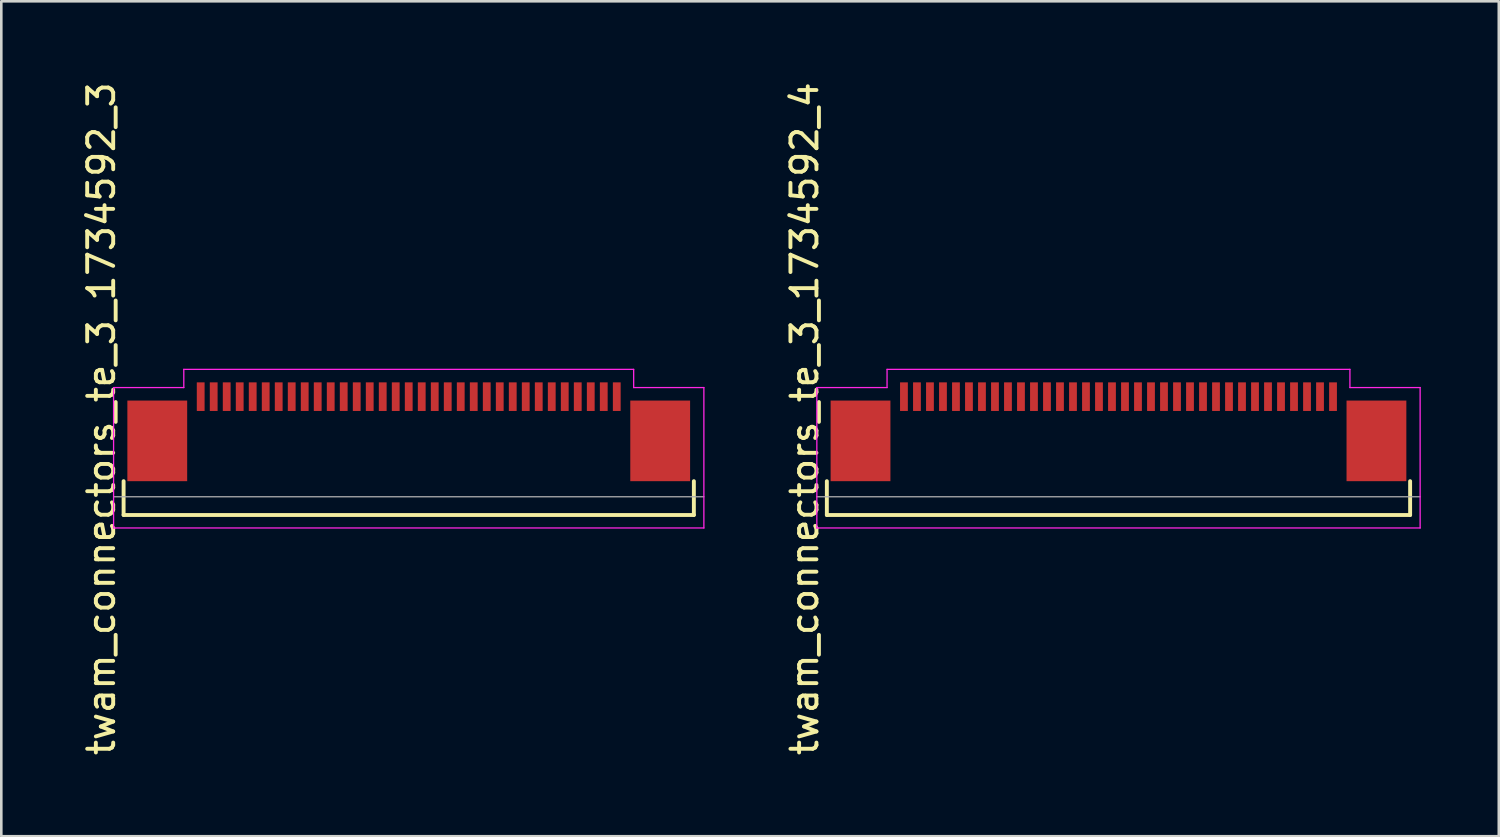
<source format=kicad_pcb>
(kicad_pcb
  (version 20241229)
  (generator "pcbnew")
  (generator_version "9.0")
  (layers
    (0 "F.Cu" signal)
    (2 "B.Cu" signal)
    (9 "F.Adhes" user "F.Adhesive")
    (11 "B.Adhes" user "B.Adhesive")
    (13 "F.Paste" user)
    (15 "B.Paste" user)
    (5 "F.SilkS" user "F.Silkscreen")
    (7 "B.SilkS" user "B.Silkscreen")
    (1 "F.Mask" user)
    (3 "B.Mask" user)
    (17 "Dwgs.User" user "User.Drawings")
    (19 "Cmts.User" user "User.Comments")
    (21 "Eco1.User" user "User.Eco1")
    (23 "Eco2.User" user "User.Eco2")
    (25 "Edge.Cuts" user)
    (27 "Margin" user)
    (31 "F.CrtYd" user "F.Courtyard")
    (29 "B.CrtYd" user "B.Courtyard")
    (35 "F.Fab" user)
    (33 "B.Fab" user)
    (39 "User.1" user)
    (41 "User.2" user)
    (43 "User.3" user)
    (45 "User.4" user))
  (footprint "twam_connectors_te_3_1734592_3"
    (layer "F.Cu")
    (at 12.668 13.054)
    (property "Reference" "twam_connectors_te_3_1734592_3" (at -11.82 0 270) (layer "F.SilkS") (effects (font (size 1 1) (thickness 0.15))))
    (attr smd)
    (fp_line (start -10.965 2.4) (end -10.965 3.7) (stroke (width 0.15) (type solid)) (layer "F.SilkS"))
    (fp_line (start -10.965 3.7) (end 10.965 3.7) (stroke (width 0.15) (type solid)) (layer "F.SilkS"))
    (fp_line (start 10.965 2.4) (end 10.965 3.7) (stroke (width 0.15) (type solid)) (layer "F.SilkS"))
    (fp_line (start -11.35 -1.2) (end -11.35 4.2) (stroke (width 0.05) (type solid)) (layer "F.CrtYd"))
    (fp_line (start -11.35 -1.2) (end -8.65 -1.2) (stroke (width 0.05) (type solid)) (layer "F.CrtYd"))
    (fp_line (start -11.35 4.2) (end 11.35 4.2) (stroke (width 0.05) (type solid)) (layer "F.CrtYd"))
    (fp_line (start -8.65 -1.9) (end -8.65 -1.2) (stroke (width 0.05) (type solid)) (layer "F.CrtYd"))
    (fp_line (start -8.65 -1.9) (end 8.65 -1.9) (stroke (width 0.05) (type solid)) (layer "F.CrtYd"))
    (fp_line (start 8.65 -1.9) (end 8.65 -1.2) (stroke (width 0.05) (type solid)) (layer "F.CrtYd"))
    (fp_line (start 8.65 -1.2) (end 11.35 -1.2) (stroke (width 0.05) (type solid)) (layer "F.CrtYd"))
    (fp_line (start 11.35 -1.2) (end 11.35 4.2) (stroke (width 0.05) (type solid)) (layer "F.CrtYd"))
    (fp_line (start -11.35 3) (end 11.35 3) (stroke (width 0.05) (type solid)) (layer "F.Fab"))
    (pad "1" smd rect (at -8 -0.85) (size 0.3 1.1) (layers "F.Cu" "F.Mask" "F.Paste"))
    (pad "2" smd rect (at -7.5 -0.85) (size 0.3 1.1) (layers "F.Cu" "F.Mask" "F.Paste"))
    (pad "3" smd rect (at -7 -0.85) (size 0.3 1.1) (layers "F.Cu" "F.Mask" "F.Paste"))
    (pad "4" smd rect (at -6.5 -0.85) (size 0.3 1.1) (layers "F.Cu" "F.Mask" "F.Paste"))
    (pad "5" smd rect (at -6 -0.85) (size 0.3 1.1) (layers "F.Cu" "F.Mask" "F.Paste"))
    (pad "6" smd rect (at -5.5 -0.85) (size 0.3 1.1) (layers "F.Cu" "F.Mask" "F.Paste"))
    (pad "7" smd rect (at -5 -0.85) (size 0.3 1.1) (layers "F.Cu" "F.Mask" "F.Paste"))
    (pad "8" smd rect (at -4.5 -0.85) (size 0.3 1.1) (layers "F.Cu" "F.Mask" "F.Paste"))
    (pad "9" smd rect (at -4 -0.85) (size 0.3 1.1) (layers "F.Cu" "F.Mask" "F.Paste"))
    (pad "10" smd rect (at -3.5 -0.85) (size 0.3 1.1) (layers "F.Cu" "F.Mask" "F.Paste"))
    (pad "11" smd rect (at -3 -0.85) (size 0.3 1.1) (layers "F.Cu" "F.Mask" "F.Paste"))
    (pad "12" smd rect (at -2.5 -0.85) (size 0.3 1.1) (layers "F.Cu" "F.Mask" "F.Paste"))
    (pad "13" smd rect (at -2 -0.85) (size 0.3 1.1) (layers "F.Cu" "F.Mask" "F.Paste"))
    (pad "14" smd rect (at -1.5 -0.85) (size 0.3 1.1) (layers "F.Cu" "F.Mask" "F.Paste"))
    (pad "15" smd rect (at -1 -0.85) (size 0.3 1.1) (layers "F.Cu" "F.Mask" "F.Paste"))
    (pad "16" smd rect (at -0.5 -0.85) (size 0.3 1.1) (layers "F.Cu" "F.Mask" "F.Paste"))
    (pad "17" smd rect (at 0 -0.85) (size 0.3 1.1) (layers "F.Cu" "F.Mask" "F.Paste"))
    (pad "18" smd rect (at 0.5 -0.85) (size 0.3 1.1) (layers "F.Cu" "F.Mask" "F.Paste"))
    (pad "19" smd rect (at 1 -0.85) (size 0.3 1.1) (layers "F.Cu" "F.Mask" "F.Paste"))
    (pad "20" smd rect (at 1.5 -0.85) (size 0.3 1.1) (layers "F.Cu" "F.Mask" "F.Paste"))
    (pad "21" smd rect (at 2 -0.85) (size 0.3 1.1) (layers "F.Cu" "F.Mask" "F.Paste"))
    (pad "22" smd rect (at 2.5 -0.85) (size 0.3 1.1) (layers "F.Cu" "F.Mask" "F.Paste"))
    (pad "23" smd rect (at 3 -0.85) (size 0.3 1.1) (layers "F.Cu" "F.Mask" "F.Paste"))
    (pad "24" smd rect (at 3.5 -0.85) (size 0.3 1.1) (layers "F.Cu" "F.Mask" "F.Paste"))
    (pad "25" smd rect (at 4 -0.85) (size 0.3 1.1) (layers "F.Cu" "F.Mask" "F.Paste"))
    (pad "26" smd rect (at 4.5 -0.85) (size 0.3 1.1) (layers "F.Cu" "F.Mask" "F.Paste"))
    (pad "27" smd rect (at 5 -0.85) (size 0.3 1.1) (layers "F.Cu" "F.Mask" "F.Paste"))
    (pad "28" smd rect (at 5.5 -0.85) (size 0.3 1.1) (layers "F.Cu" "F.Mask" "F.Paste"))
    (pad "29" smd rect (at 6 -0.85) (size 0.3 1.1) (layers "F.Cu" "F.Mask" "F.Paste"))
    (pad "30" smd rect (at 6.5 -0.85) (size 0.3 1.1) (layers "F.Cu" "F.Mask" "F.Paste"))
    (pad "31" smd rect (at 7 -0.85) (size 0.3 1.1) (layers "F.Cu" "F.Mask" "F.Paste"))
    (pad "32" smd rect (at 7.5 -0.85) (size 0.3 1.1) (layers "F.Cu" "F.Mask" "F.Paste"))
    (pad "33" smd rect (at 8 -0.85) (size 0.3 1.1) (layers "F.Cu" "F.Mask" "F.Paste"))
    (pad "F1" smd rect (at -9.67 0.85) (size 2.3 3.1) (layers "F.Cu" "F.Mask" "F.Paste"))
    (pad "F2" smd rect (at 9.67 0.85) (size 2.3 3.1) (layers "F.Cu" "F.Mask" "F.Paste")))
  (footprint "twam_connectors_te_3_1734592_4"
    (layer "F.Cu")
    (at 39.962 13.054)
    (property "Reference" "twam_connectors_te_3_1734592_4" (at -12.07 0 270) (layer "F.SilkS") (effects (font (size 1 1) (thickness 0.15))))
    (attr smd)
    (fp_line (start -11.215 2.4) (end -11.215 3.7) (stroke (width 0.15) (type solid)) (layer "F.SilkS"))
    (fp_line (start -11.215 3.7) (end 11.215 3.7) (stroke (width 0.15) (type solid)) (layer "F.SilkS"))
    (fp_line (start 11.215 2.4) (end 11.215 3.7) (stroke (width 0.15) (type solid)) (layer "F.SilkS"))
    (fp_line (start -11.6 -1.2) (end -11.6 4.2) (stroke (width 0.05) (type solid)) (layer "F.CrtYd"))
    (fp_line (start -11.6 -1.2) (end -8.9 -1.2) (stroke (width 0.05) (type solid)) (layer "F.CrtYd"))
    (fp_line (start -11.6 4.2) (end 11.6 4.2) (stroke (width 0.05) (type solid)) (layer "F.CrtYd"))
    (fp_line (start -8.9 -1.9) (end -8.9 -1.2) (stroke (width 0.05) (type solid)) (layer "F.CrtYd"))
    (fp_line (start -8.9 -1.9) (end 8.9 -1.9) (stroke (width 0.05) (type solid)) (layer "F.CrtYd"))
    (fp_line (start 8.9 -1.9) (end 8.9 -1.2) (stroke (width 0.05) (type solid)) (layer "F.CrtYd"))
    (fp_line (start 8.9 -1.2) (end 11.6 -1.2) (stroke (width 0.05) (type solid)) (layer "F.CrtYd"))
    (fp_line (start 11.6 -1.2) (end 11.6 4.2) (stroke (width 0.05) (type solid)) (layer "F.CrtYd"))
    (fp_line (start -11.6 3) (end 11.6 3) (stroke (width 0.05) (type solid)) (layer "F.Fab"))
    (pad "1" smd rect (at -8.25 -0.85) (size 0.3 1.1) (layers "F.Cu" "F.Mask" "F.Paste"))
    (pad "2" smd rect (at -7.75 -0.85) (size 0.3 1.1) (layers "F.Cu" "F.Mask" "F.Paste"))
    (pad "3" smd rect (at -7.25 -0.85) (size 0.3 1.1) (layers "F.Cu" "F.Mask" "F.Paste"))
    (pad "4" smd rect (at -6.75 -0.85) (size 0.3 1.1) (layers "F.Cu" "F.Mask" "F.Paste"))
    (pad "5" smd rect (at -6.25 -0.85) (size 0.3 1.1) (layers "F.Cu" "F.Mask" "F.Paste"))
    (pad "6" smd rect (at -5.75 -0.85) (size 0.3 1.1) (layers "F.Cu" "F.Mask" "F.Paste"))
    (pad "7" smd rect (at -5.25 -0.85) (size 0.3 1.1) (layers "F.Cu" "F.Mask" "F.Paste"))
    (pad "8" smd rect (at -4.75 -0.85) (size 0.3 1.1) (layers "F.Cu" "F.Mask" "F.Paste"))
    (pad "9" smd rect (at -4.25 -0.85) (size 0.3 1.1) (layers "F.Cu" "F.Mask" "F.Paste"))
    (pad "10" smd rect (at -3.75 -0.85) (size 0.3 1.1) (layers "F.Cu" "F.Mask" "F.Paste"))
    (pad "11" smd rect (at -3.25 -0.85) (size 0.3 1.1) (layers "F.Cu" "F.Mask" "F.Paste"))
    (pad "12" smd rect (at -2.75 -0.85) (size 0.3 1.1) (layers "F.Cu" "F.Mask" "F.Paste"))
    (pad "13" smd rect (at -2.25 -0.85) (size 0.3 1.1) (layers "F.Cu" "F.Mask" "F.Paste"))
    (pad "14" smd rect (at -1.75 -0.85) (size 0.3 1.1) (layers "F.Cu" "F.Mask" "F.Paste"))
    (pad "15" smd rect (at -1.25 -0.85) (size 0.3 1.1) (layers "F.Cu" "F.Mask" "F.Paste"))
    (pad "16" smd rect (at -0.75 -0.85) (size 0.3 1.1) (layers "F.Cu" "F.Mask" "F.Paste"))
    (pad "17" smd rect (at -0.25 -0.85) (size 0.3 1.1) (layers "F.Cu" "F.Mask" "F.Paste"))
    (pad "18" smd rect (at 0.25 -0.85) (size 0.3 1.1) (layers "F.Cu" "F.Mask" "F.Paste"))
    (pad "19" smd rect (at 0.75 -0.85) (size 0.3 1.1) (layers "F.Cu" "F.Mask" "F.Paste"))
    (pad "20" smd rect (at 1.25 -0.85) (size 0.3 1.1) (layers "F.Cu" "F.Mask" "F.Paste"))
    (pad "21" smd rect (at 1.75 -0.85) (size 0.3 1.1) (layers "F.Cu" "F.Mask" "F.Paste"))
    (pad "22" smd rect (at 2.25 -0.85) (size 0.3 1.1) (layers "F.Cu" "F.Mask" "F.Paste"))
    (pad "23" smd rect (at 2.75 -0.85) (size 0.3 1.1) (layers "F.Cu" "F.Mask" "F.Paste"))
    (pad "24" smd rect (at 3.25 -0.85) (size 0.3 1.1) (layers "F.Cu" "F.Mask" "F.Paste"))
    (pad "25" smd rect (at 3.75 -0.85) (size 0.3 1.1) (layers "F.Cu" "F.Mask" "F.Paste"))
    (pad "26" smd rect (at 4.25 -0.85) (size 0.3 1.1) (layers "F.Cu" "F.Mask" "F.Paste"))
    (pad "27" smd rect (at 4.75 -0.85) (size 0.3 1.1) (layers "F.Cu" "F.Mask" "F.Paste"))
    (pad "28" smd rect (at 5.25 -0.85) (size 0.3 1.1) (layers "F.Cu" "F.Mask" "F.Paste"))
    (pad "29" smd rect (at 5.75 -0.85) (size 0.3 1.1) (layers "F.Cu" "F.Mask" "F.Paste"))
    (pad "30" smd rect (at 6.25 -0.85) (size 0.3 1.1) (layers "F.Cu" "F.Mask" "F.Paste"))
    (pad "31" smd rect (at 6.75 -0.85) (size 0.3 1.1) (layers "F.Cu" "F.Mask" "F.Paste"))
    (pad "32" smd rect (at 7.25 -0.85) (size 0.3 1.1) (layers "F.Cu" "F.Mask" "F.Paste"))
    (pad "33" smd rect (at 7.75 -0.85) (size 0.3 1.1) (layers "F.Cu" "F.Mask" "F.Paste"))
    (pad "34" smd rect (at 8.25 -0.85) (size 0.3 1.1) (layers "F.Cu" "F.Mask" "F.Paste"))
    (pad "F1" smd rect (at -9.92 0.85) (size 2.3 3.1) (layers "F.Cu" "F.Mask" "F.Paste"))
    (pad "F2" smd rect (at 9.92 0.85) (size 2.3 3.1) (layers "F.Cu" "F.Mask" "F.Paste")))
  (gr_rect
    (start -3 -3)
    (end 54.587 29.107)
    (stroke (width 0.1) (type default))
    (fill no)
    (layer "Edge.Cuts")))
</source>
